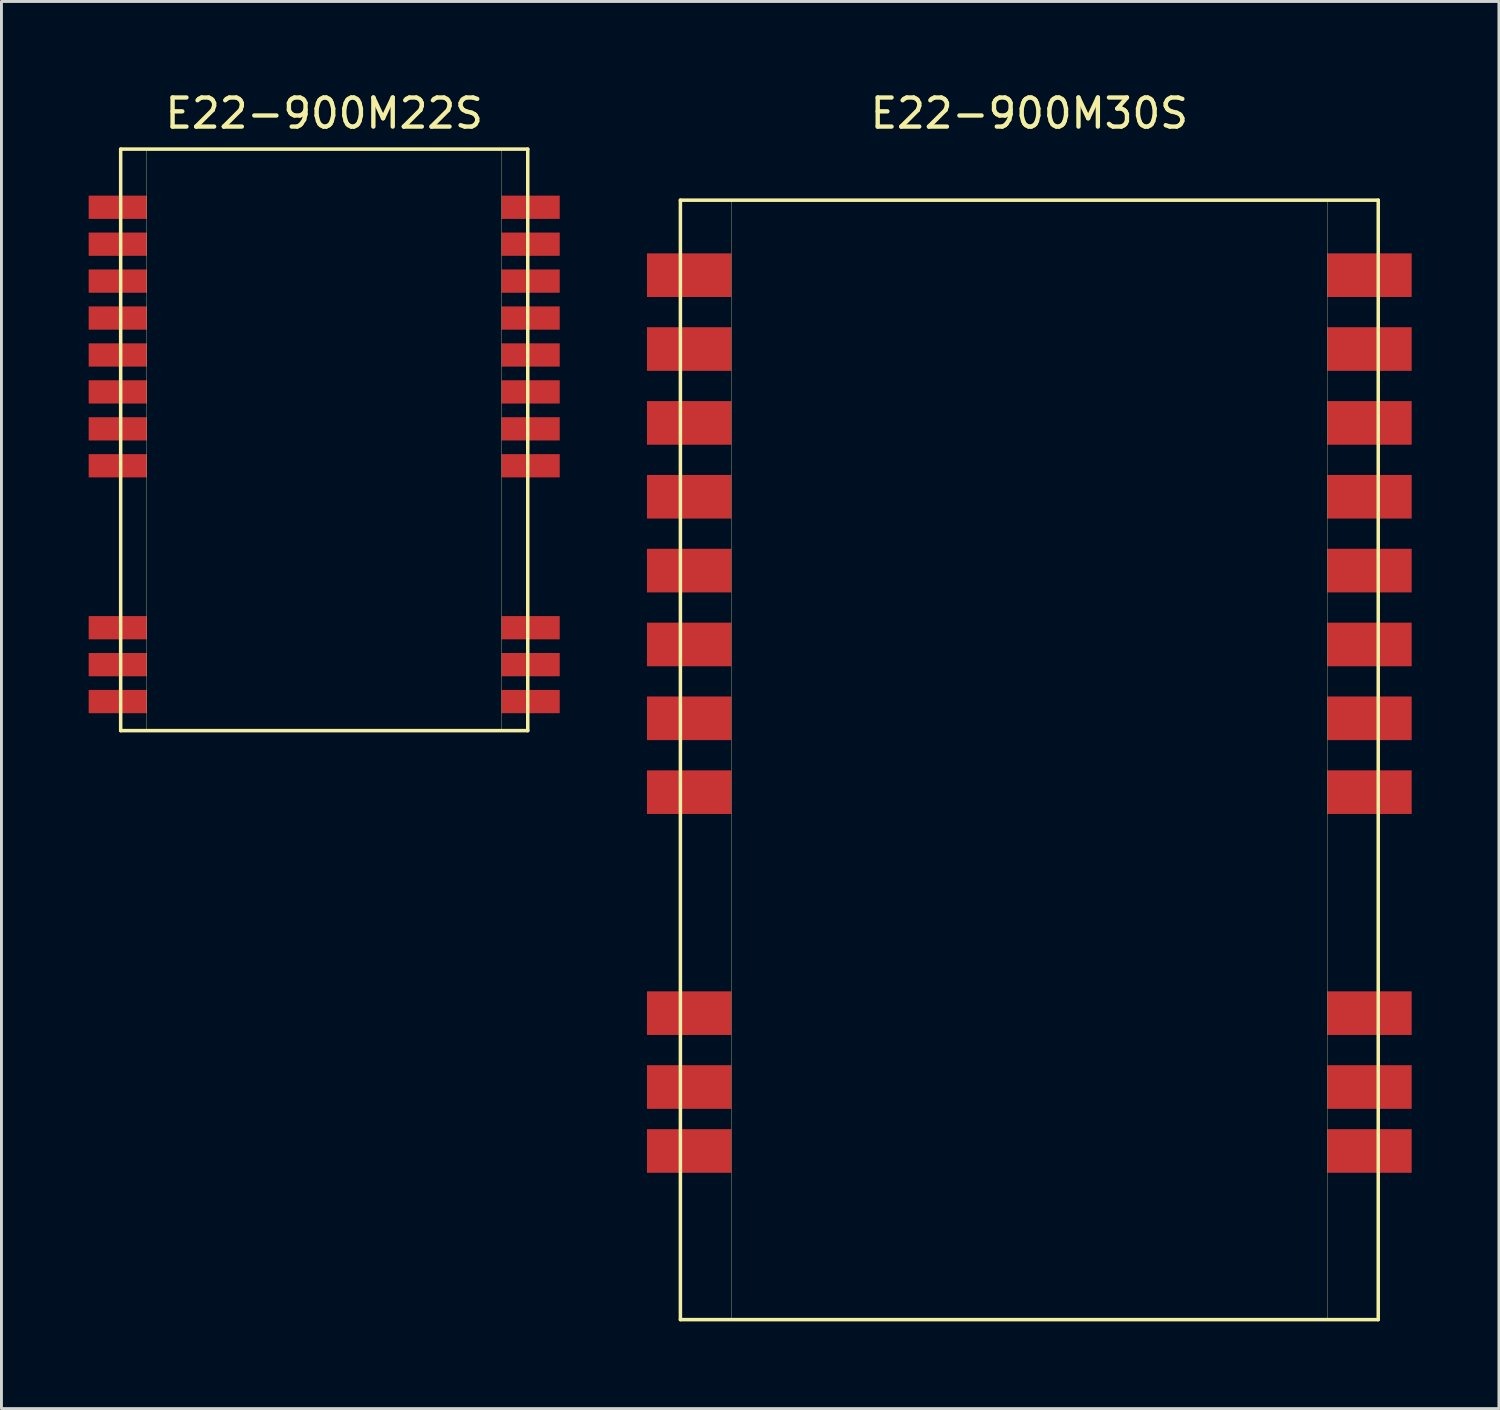
<source format=kicad_pcb>
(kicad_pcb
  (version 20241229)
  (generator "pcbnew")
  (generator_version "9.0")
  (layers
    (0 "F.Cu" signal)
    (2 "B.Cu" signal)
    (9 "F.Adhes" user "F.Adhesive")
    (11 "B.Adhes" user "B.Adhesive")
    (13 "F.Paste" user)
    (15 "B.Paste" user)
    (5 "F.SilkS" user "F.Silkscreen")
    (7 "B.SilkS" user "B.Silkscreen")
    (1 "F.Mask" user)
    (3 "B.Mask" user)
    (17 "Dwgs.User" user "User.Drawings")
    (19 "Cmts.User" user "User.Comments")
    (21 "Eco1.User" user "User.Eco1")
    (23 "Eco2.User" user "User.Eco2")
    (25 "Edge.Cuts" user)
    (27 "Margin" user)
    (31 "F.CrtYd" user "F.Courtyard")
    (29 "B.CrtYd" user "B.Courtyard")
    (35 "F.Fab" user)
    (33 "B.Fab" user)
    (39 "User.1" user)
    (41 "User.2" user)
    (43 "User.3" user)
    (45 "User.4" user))
  (footprint "E22-900M30S"
    (layer "F.Cu")
    (at 32.35 28.534)
    (property "Reference" "E22-900M30S" (at 0 -27.686 0) (layer "F.SilkS") (effects (font (size 1 1) (thickness 0.15))))
    (attr through_hole)
    (fp_line (start -12 13.8) (end -12 -24.7) (stroke (width 0.12) (type solid)) (layer "F.SilkS"))
    (fp_line (start -10.25 -24.7) (end -10.25 13.8) (stroke (width 0.01) (type solid)) (layer "F.SilkS"))
    (fp_line (start 10.25 -24.7) (end 10.25 13.8) (stroke (width 0.01) (type solid)) (layer "F.SilkS"))
    (fp_line (start 12 -24.7) (end -12 -24.7) (stroke (width 0.12) (type solid)) (layer "F.SilkS"))
    (fp_line (start 12 13.8) (end -12 13.8) (stroke (width 0.12) (type solid)) (layer "F.SilkS"))
    (fp_line (start 12 13.8) (end 12 -24.7) (stroke (width 0.12) (type solid)) (layer "F.SilkS"))
    (pad "1" smd rect (at 11.7 8) (size 2.9 1.5) (layers "F.Cu" "F.Mask" "F.Paste"))
    (pad "2" smd rect (at 11.7 5.8) (size 2.9 1.5) (layers "F.Cu" "F.Mask" "F.Paste"))
    (pad "3" smd rect (at 11.7 3.26) (size 2.9 1.5) (layers "F.Cu" "F.Mask" "F.Paste"))
    (pad "4" smd rect (at 11.7 -4.34) (size 2.9 1.5) (layers "F.Cu" "F.Mask" "F.Paste"))
    (pad "5" smd rect (at 11.7 -6.88) (size 2.9 1.5) (layers "F.Cu" "F.Mask" "F.Paste"))
    (pad "6" smd rect (at 11.7 -9.42) (size 2.9 1.5) (layers "F.Cu" "F.Mask" "F.Paste"))
    (pad "7" smd rect (at 11.7 -11.96) (size 2.9 1.5) (layers "F.Cu" "F.Mask" "F.Paste"))
    (pad "8" smd rect (at 11.7 -14.5) (size 2.9 1.5) (layers "F.Cu" "F.Mask" "F.Paste"))
    (pad "9" smd rect (at 11.7 -17.04) (size 2.9 1.5) (layers "F.Cu" "F.Mask" "F.Paste"))
    (pad "10" smd rect (at 11.7 -19.58) (size 2.9 1.5) (layers "F.Cu" "F.Mask" "F.Paste"))
    (pad "11" smd rect (at 11.7 -22.12) (size 2.9 1.5) (layers "F.Cu" "F.Mask" "F.Paste"))
    (pad "12" smd rect (at -11.7 -22.12) (size 2.9 1.5) (layers "F.Cu" "F.Mask" "F.Paste"))
    (pad "13" smd rect (at -11.7 -19.58) (size 2.9 1.5) (layers "F.Cu" "F.Mask" "F.Paste"))
    (pad "14" smd rect (at -11.7 -17.04) (size 2.9 1.5) (layers "F.Cu" "F.Mask" "F.Paste"))
    (pad "15" smd rect (at -11.7 -14.5) (size 2.9 1.5) (layers "F.Cu" "F.Mask" "F.Paste"))
    (pad "16" smd rect (at -11.7 -11.96) (size 2.9 1.5) (layers "F.Cu" "F.Mask" "F.Paste"))
    (pad "17" smd rect (at -11.7 -9.42) (size 2.9 1.5) (layers "F.Cu" "F.Mask" "F.Paste"))
    (pad "18" smd rect (at -11.7 -6.88) (size 2.9 1.5) (layers "F.Cu" "F.Mask" "F.Paste"))
    (pad "19" smd rect (at -11.7 -4.34) (size 2.9 1.5) (layers "F.Cu" "F.Mask" "F.Paste"))
    (pad "20" smd rect (at -11.7 3.26) (size 2.9 1.5) (layers "F.Cu" "F.Mask" "F.Paste"))
    (pad "21" smd rect (at -11.7 5.8) (size 2.9 1.5) (layers "F.Cu" "F.Mask" "F.Paste"))
    (pad "22" smd rect (at -11.7 8) (size 2.9 1.5) (layers "F.Cu" "F.Mask" "F.Paste")))
  (footprint "E22-900M22S"
    (layer "F.Cu")
    (at 8.1 12.278)
    (property "Reference" "E22-900M22S" (at 0 -11.43 0) (layer "F.SilkS") (effects (font (size 1 1) (thickness 0.15))))
    (attr through_hole)
    (fp_line (start -7 9.8) (end -7 -10.2) (stroke (width 0.12) (type solid)) (layer "F.SilkS"))
    (fp_line (start -6.1 -10.2) (end -6.1 9.8) (stroke (width 0.01) (type solid)) (layer "F.SilkS"))
    (fp_line (start 6.1 -10.2) (end 6.1 9.8) (stroke (width 0.01) (type solid)) (layer "F.SilkS"))
    (fp_line (start 7 -10.2) (end -7 -10.2) (stroke (width 0.12) (type solid)) (layer "F.SilkS"))
    (fp_line (start 7 9.8) (end -7 9.8) (stroke (width 0.12) (type solid)) (layer "F.SilkS"))
    (fp_line (start 7 9.8) (end 7 -10.2) (stroke (width 0.12) (type solid)) (layer "F.SilkS"))
    (pad "1" smd rect (at 7.1 8.8) (size 2 0.8) (layers "F.Cu" "F.Mask" "F.Paste"))
    (pad "2" smd rect (at 7.1 7.53) (size 2 0.8) (layers "F.Cu" "F.Mask" "F.Paste"))
    (pad "3" smd rect (at 7.1 6.26) (size 2 0.8) (layers "F.Cu" "F.Mask" "F.Paste"))
    (pad "4" smd rect (at 7.1 0.69) (size 2 0.8) (layers "F.Cu" "F.Mask" "F.Paste"))
    (pad "5" smd rect (at 7.1 -0.58) (size 2 0.8) (layers "F.Cu" "F.Mask" "F.Paste"))
    (pad "6" smd rect (at 7.1 -1.85) (size 2 0.8) (layers "F.Cu" "F.Mask" "F.Paste"))
    (pad "7" smd rect (at 7.1 -3.12) (size 2 0.8) (layers "F.Cu" "F.Mask" "F.Paste"))
    (pad "8" smd rect (at 7.1 -4.39) (size 2 0.8) (layers "F.Cu" "F.Mask" "F.Paste"))
    (pad "9" smd rect (at 7.1 -5.66) (size 2 0.8) (layers "F.Cu" "F.Mask" "F.Paste"))
    (pad "10" smd rect (at 7.1 -6.93) (size 2 0.8) (layers "F.Cu" "F.Mask" "F.Paste"))
    (pad "11" smd rect (at 7.1 -8.2) (size 2 0.8) (layers "F.Cu" "F.Mask" "F.Paste"))
    (pad "12" smd rect (at -7.1 -8.2) (size 2 0.8) (layers "F.Cu" "F.Mask" "F.Paste"))
    (pad "13" smd rect (at -7.1 -6.93) (size 2 0.8) (layers "F.Cu" "F.Mask" "F.Paste"))
    (pad "14" smd rect (at -7.1 -5.66) (size 2 0.8) (layers "F.Cu" "F.Mask" "F.Paste"))
    (pad "15" smd rect (at -7.1 -4.39) (size 2 0.8) (layers "F.Cu" "F.Mask" "F.Paste"))
    (pad "16" smd rect (at -7.1 -3.12) (size 2 0.8) (layers "F.Cu" "F.Mask" "F.Paste"))
    (pad "17" smd rect (at -7.1 -1.85) (size 2 0.8) (layers "F.Cu" "F.Mask" "F.Paste"))
    (pad "18" smd rect (at -7.1 -0.58) (size 2 0.8) (layers "F.Cu" "F.Mask" "F.Paste"))
    (pad "19" smd rect (at -7.1 0.69) (size 2 0.8) (layers "F.Cu" "F.Mask" "F.Paste"))
    (pad "20" smd rect (at -7.1 6.26) (size 2 0.8) (layers "F.Cu" "F.Mask" "F.Paste"))
    (pad "21" smd rect (at -7.1 7.53) (size 2 0.8) (layers "F.Cu" "F.Mask" "F.Paste"))
    (pad "22" smd rect (at -7.1 8.8) (size 2 0.8) (layers "F.Cu" "F.Mask" "F.Paste")))
  (gr_rect
    (start -3 -3)
    (end 48.5 45.394)
    (stroke (width 0.1) (type default))
    (fill no)
    (layer "Edge.Cuts")))
</source>
